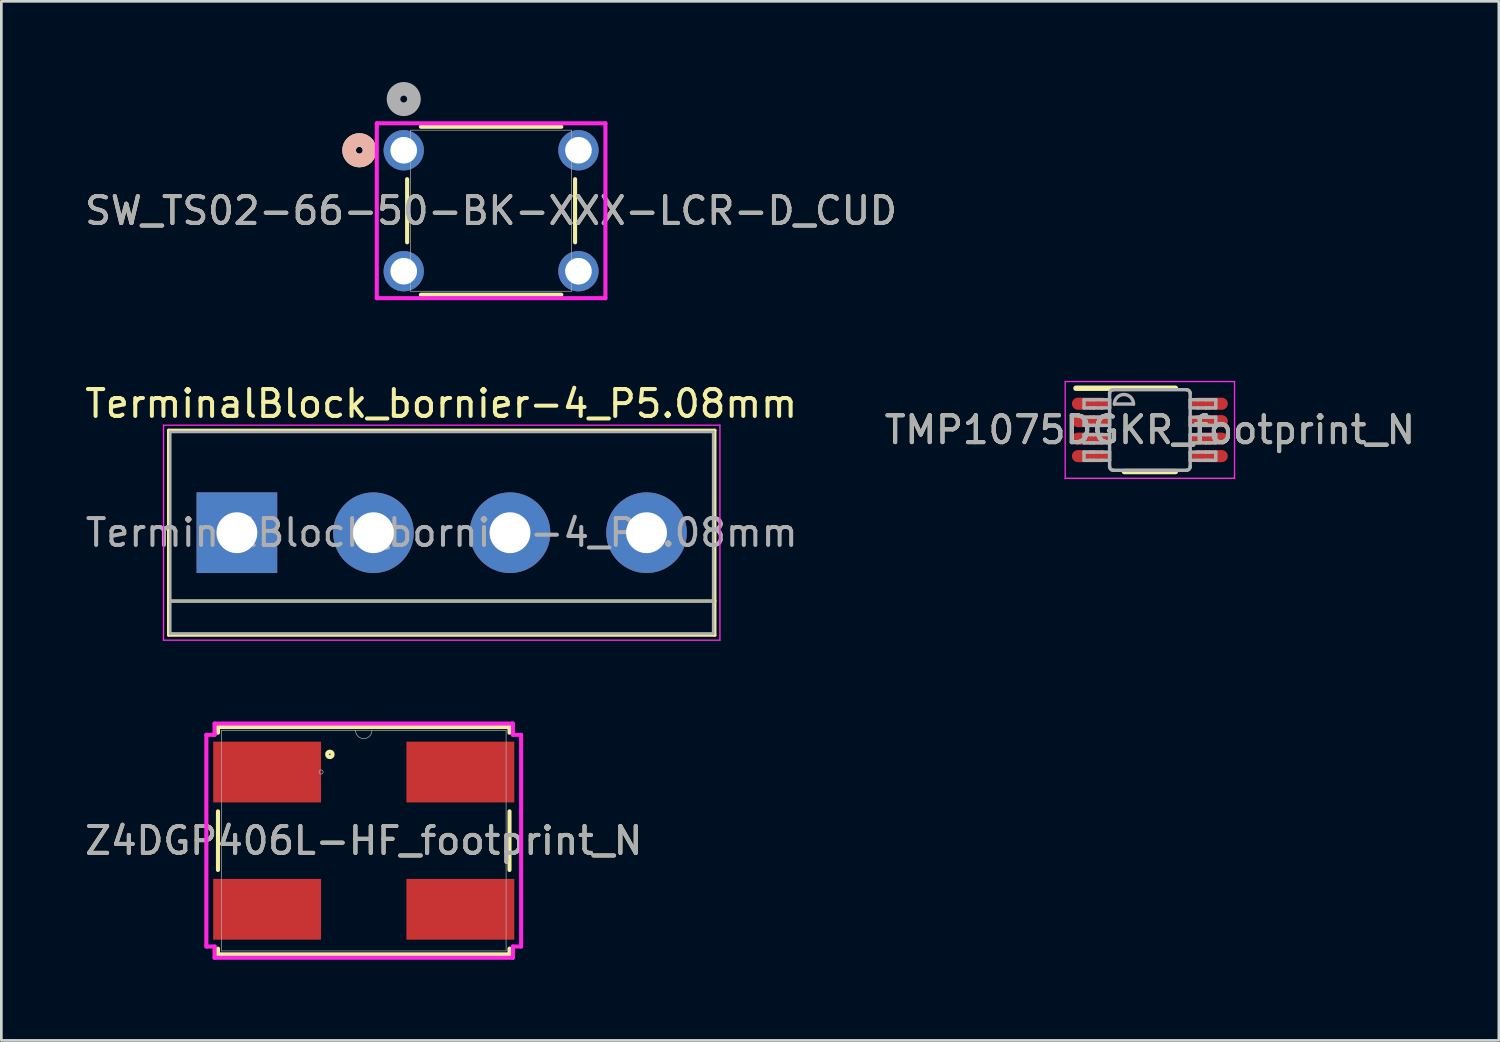
<source format=kicad_pcb>
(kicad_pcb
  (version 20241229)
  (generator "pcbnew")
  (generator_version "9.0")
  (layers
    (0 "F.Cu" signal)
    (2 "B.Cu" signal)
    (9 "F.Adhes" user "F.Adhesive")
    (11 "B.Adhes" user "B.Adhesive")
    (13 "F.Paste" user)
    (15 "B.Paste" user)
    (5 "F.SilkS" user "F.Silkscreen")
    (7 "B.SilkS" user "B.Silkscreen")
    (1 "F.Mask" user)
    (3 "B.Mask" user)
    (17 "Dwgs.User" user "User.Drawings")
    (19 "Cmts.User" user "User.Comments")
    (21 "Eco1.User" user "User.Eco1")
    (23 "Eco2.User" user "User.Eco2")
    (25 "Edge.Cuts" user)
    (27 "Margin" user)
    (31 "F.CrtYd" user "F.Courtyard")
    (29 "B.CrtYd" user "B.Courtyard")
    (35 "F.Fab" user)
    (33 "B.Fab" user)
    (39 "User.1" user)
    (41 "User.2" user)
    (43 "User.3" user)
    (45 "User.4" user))
  (footprint "Z4DGP406L-HF_footprint_N"
    (layer "F.Cu")
    (at 10.482 28.225)
    (property "Reference" "Z4DGP406L-HF_footprint_N" (at 0 0 0) (unlocked yes) (layer "F.SilkS") (effects (font (size 1 1) (thickness 0.15))))
    (attr smd)
    (fp_line (start -5.423 -4.229) (end -5.423 -4.016) (stroke (width 0.152) (type solid)) (layer "F.SilkS"))
    (fp_line (start -5.423 -1.09) (end -5.423 1.09) (stroke (width 0.152) (type solid)) (layer "F.SilkS"))
    (fp_line (start -5.423 4.016) (end -5.423 4.229) (stroke (width 0.152) (type solid)) (layer "F.SilkS"))
    (fp_line (start -5.423 4.229) (end 5.423 4.229) (stroke (width 0.152) (type solid)) (layer "F.SilkS"))
    (fp_line (start 5.423 -4.229) (end -5.423 -4.229) (stroke (width 0.152) (type solid)) (layer "F.SilkS"))
    (fp_line (start 5.423 -4.016) (end 5.423 -4.229) (stroke (width 0.152) (type solid)) (layer "F.SilkS"))
    (fp_line (start 5.423 1.09) (end 5.423 -1.09) (stroke (width 0.152) (type solid)) (layer "F.SilkS"))
    (fp_line (start 5.423 4.229) (end 5.423 4.016) (stroke (width 0.152) (type solid)) (layer "F.SilkS"))
    (fp_circle (center -1.26 -3.21) (end -1.158 -3.21) (stroke (width 0.152) (type solid)) (fill no) (layer "F.SilkS"))
    (fp_line (start -5.855 -3.937) (end -5.55 -3.937) (stroke (width 0.152) (type solid)) (layer "F.CrtYd"))
    (fp_line (start -5.855 3.937) (end -5.855 -3.937) (stroke (width 0.152) (type solid)) (layer "F.CrtYd"))
    (fp_line (start -5.855 3.937) (end -5.55 3.937) (stroke (width 0.152) (type solid)) (layer "F.CrtYd"))
    (fp_line (start -5.55 -4.356) (end 5.55 -4.356) (stroke (width 0.152) (type solid)) (layer "F.CrtYd"))
    (fp_line (start -5.55 -3.937) (end -5.55 -4.356) (stroke (width 0.152) (type solid)) (layer "F.CrtYd"))
    (fp_line (start -5.55 4.356) (end -5.55 3.937) (stroke (width 0.152) (type solid)) (layer "F.CrtYd"))
    (fp_line (start 5.55 -4.356) (end 5.55 -3.937) (stroke (width 0.152) (type solid)) (layer "F.CrtYd"))
    (fp_line (start 5.55 3.937) (end 5.55 4.356) (stroke (width 0.152) (type solid)) (layer "F.CrtYd"))
    (fp_line (start 5.55 4.356) (end -5.55 4.356) (stroke (width 0.152) (type solid)) (layer "F.CrtYd"))
    (fp_line (start 5.855 -3.937) (end 5.55 -3.937) (stroke (width 0.152) (type solid)) (layer "F.CrtYd"))
    (fp_line (start 5.855 -3.937) (end 5.855 3.937) (stroke (width 0.152) (type solid)) (layer "F.CrtYd"))
    (fp_line (start 5.855 3.937) (end 5.55 3.937) (stroke (width 0.152) (type solid)) (layer "F.CrtYd"))
    (fp_line (start -5.296 -4.102) (end -5.296 4.102) (stroke (width 0.025) (type solid)) (layer "F.Fab"))
    (fp_line (start -5.296 4.102) (end 5.296 4.102) (stroke (width 0.025) (type solid)) (layer "F.Fab"))
    (fp_line (start 5.296 -4.102) (end -5.296 -4.102) (stroke (width 0.025) (type solid)) (layer "F.Fab"))
    (fp_line (start 5.296 4.102) (end 5.296 -4.102) (stroke (width 0.025) (type solid)) (layer "F.Fab"))
    (fp_arc (start 0.3048 -4.1021) (mid 0 -3.7973) (end -0.3048 -4.1021) (stroke (width 0.0254) (type solid)) (layer "F.Fab"))
    (fp_circle (center -1.587 -2.553) (end -1.511 -2.553) (stroke (width 0.025) (type solid)) (fill no) (layer "F.Fab"))
    (fp_text user "${REFERENCE}" (at 0 0 0) (unlocked yes) (layer "F.Fab") (effects (font (size 1 1) (thickness 0.15))))
    (pad "1" smd rect (at -3.594 -2.553) (size 4.013 2.261) (layers "F.Cu" "F.Mask" "F.Paste"))
    (pad "2" smd rect (at 3.594 -2.553) (size 4.013 2.261) (layers "F.Cu" "F.Mask" "F.Paste"))
    (pad "3" smd rect (at 3.594 2.553) (size 4.013 2.261) (layers "F.Cu" "F.Mask" "F.Paste"))
    (pad "4" smd rect (at -3.594 2.553) (size 4.013 2.261) (layers "F.Cu" "F.Mask" "F.Paste")))
  (footprint "TerminalBlock_bornier-4_P5.08mm"
    (layer "F.Cu")
    (at 5.763 16.768)
    (property "Reference" "TerminalBlock_bornier-4_P5.08mm" (at 7.6 -4.8 0) (layer "F.SilkS") (effects (font (size 1 1) (thickness 0.15))))
    (attr through_hole)
    (fp_line (start -2.54 -3.81) (end -2.54 3.81) (stroke (width 0.12) (type solid)) (layer "F.SilkS"))
    (fp_line (start -2.54 -3.81) (end 17.78 -3.81) (stroke (width 0.12) (type solid)) (layer "F.SilkS"))
    (fp_line (start -2.54 3.81) (end 17.78 3.81) (stroke (width 0.12) (type solid)) (layer "F.SilkS"))
    (fp_line (start 17.78 2.54) (end -2.54 2.54) (stroke (width 0.12) (type solid)) (layer "F.SilkS"))
    (fp_line (start 17.78 3.81) (end 17.78 -3.81) (stroke (width 0.12) (type solid)) (layer "F.SilkS"))
    (fp_line (start -2.73 -4) (end -2.73 4) (stroke (width 0.05) (type solid)) (layer "F.CrtYd"))
    (fp_line (start -2.73 -4) (end 17.97 -4) (stroke (width 0.05) (type solid)) (layer "F.CrtYd"))
    (fp_line (start 17.97 4) (end -2.73 4) (stroke (width 0.05) (type solid)) (layer "F.CrtYd"))
    (fp_line (start 17.97 4) (end 17.97 -4) (stroke (width 0.05) (type solid)) (layer "F.CrtYd"))
    (fp_line (start -2.48 -3.75) (end 17.72 -3.75) (stroke (width 0.1) (type solid)) (layer "F.Fab"))
    (fp_line (start -2.48 2.55) (end 17.72 2.55) (stroke (width 0.1) (type solid)) (layer "F.Fab"))
    (fp_line (start -2.48 3.75) (end -2.48 -3.75) (stroke (width 0.1) (type solid)) (layer "F.Fab"))
    (fp_line (start -2.43 3.75) (end -2.48 3.75) (stroke (width 0.1) (type solid)) (layer "F.Fab"))
    (fp_line (start 17.72 -3.75) (end 17.72 3.75) (stroke (width 0.1) (type solid)) (layer "F.Fab"))
    (fp_line (start 17.72 3.75) (end -2.43 3.75) (stroke (width 0.1) (type solid)) (layer "F.Fab"))
    (fp_text user "${REFERENCE}" (at 7.62 0 0) (layer "F.Fab") (effects (font (size 1 1) (thickness 0.15))))
    (pad "1" thru_hole rect (at 0 0) (size 3 3) (drill 1.52) (layers "*.Cu" "*.Mask"))
    (pad "2" thru_hole circle (at 5.08 0) (size 3 3) (drill 1.52) (layers "*.Cu" "*.Mask"))
    (pad "3" thru_hole circle (at 10.16 0) (size 3 3) (drill 1.52) (layers "*.Cu" "*.Mask"))
    (pad "4" thru_hole circle (at 15.24 0) (size 3 3) (drill 1.52) (layers "*.Cu" "*.Mask")))
  (footprint "TMP1075DGKR_footprint_N"
    (layer "F.Cu")
    (at 39.728 12.944)
    (property "Reference" "TMP1075DGKR_footprint_N" (at 0 0 0) (unlocked yes) (layer "F.SilkS") (effects (font (size 1 1) (thickness 0.15))))
    (attr smd)
    (fp_line (start -2.75 -1.55) (end 0.95 -1.55) (stroke (width 0.2) (type solid)) (layer "F.SilkS"))
    (fp_line (start -0.95 1.55) (end 0.95 1.55) (stroke (width 0.2) (type solid)) (layer "F.SilkS"))
    (fp_line (start -3.15 -1.8) (end 3.15 -1.8) (stroke (width 0.05) (type solid)) (layer "F.CrtYd"))
    (fp_line (start -3.15 1.8) (end -3.15 -1.8) (stroke (width 0.05) (type solid)) (layer "F.CrtYd"))
    (fp_line (start -3.15 1.8) (end 3.15 1.8) (stroke (width 0.05) (type solid)) (layer "F.CrtYd"))
    (fp_line (start 3.15 1.8) (end 3.15 -1.8) (stroke (width 0.05) (type solid)) (layer "F.CrtYd"))
    (fp_line (start -2.45 -1.125) (end -2.21 -1.125) (stroke (width 0.127) (type solid)) (layer "F.Fab"))
    (fp_line (start -2.45 -0.82) (end -2.45 -1.125) (stroke (width 0.127) (type solid)) (layer "F.Fab"))
    (fp_line (start -2.45 -0.82) (end -2.21 -0.82) (stroke (width 0.127) (type solid)) (layer "F.Fab"))
    (fp_line (start -2.45 -0.475) (end -2.21 -0.475) (stroke (width 0.127) (type solid)) (layer "F.Fab"))
    (fp_line (start -2.45 -0.17) (end -2.45 -0.475) (stroke (width 0.127) (type solid)) (layer "F.Fab"))
    (fp_line (start -2.45 -0.17) (end -2.21 -0.17) (stroke (width 0.127) (type solid)) (layer "F.Fab"))
    (fp_line (start -2.45 0.175) (end -2.21 0.175) (stroke (width 0.127) (type solid)) (layer "F.Fab"))
    (fp_line (start -2.45 0.48) (end -2.45 0.175) (stroke (width 0.127) (type solid)) (layer "F.Fab"))
    (fp_line (start -2.45 0.48) (end -2.21 0.48) (stroke (width 0.127) (type solid)) (layer "F.Fab"))
    (fp_line (start -2.45 0.826) (end -2.21 0.826) (stroke (width 0.127) (type solid)) (layer "F.Fab"))
    (fp_line (start -2.45 1.131) (end -2.45 0.826) (stroke (width 0.127) (type solid)) (layer "F.Fab"))
    (fp_line (start -2.45 1.131) (end -2.21 1.131) (stroke (width 0.127) (type solid)) (layer "F.Fab"))
    (fp_line (start -2.21 -1.125) (end -2.091 -1.125) (stroke (width 0.127) (type solid)) (layer "F.Fab"))
    (fp_line (start -2.21 -0.82) (end -2.091 -0.82) (stroke (width 0.127) (type solid)) (layer "F.Fab"))
    (fp_line (start -2.21 -0.475) (end -2.091 -0.475) (stroke (width 0.127) (type solid)) (layer "F.Fab"))
    (fp_line (start -2.21 -0.17) (end -2.091 -0.17) (stroke (width 0.127) (type solid)) (layer "F.Fab"))
    (fp_line (start -2.21 0.175) (end -2.091 0.175) (stroke (width 0.127) (type solid)) (layer "F.Fab"))
    (fp_line (start -2.21 0.48) (end -2.091 0.48) (stroke (width 0.127) (type solid)) (layer "F.Fab"))
    (fp_line (start -2.21 0.826) (end -2.091 0.826) (stroke (width 0.127) (type solid)) (layer "F.Fab"))
    (fp_line (start -2.21 1.131) (end -2.091 1.131) (stroke (width 0.127) (type solid)) (layer "F.Fab"))
    (fp_line (start -2.091 -1.125) (end -2.087 -1.125) (stroke (width 0.127) (type solid)) (layer "F.Fab"))
    (fp_line (start -2.091 -0.82) (end -2.087 -0.82) (stroke (width 0.127) (type solid)) (layer "F.Fab"))
    (fp_line (start -2.091 -0.475) (end -2.087 -0.475) (stroke (width 0.127) (type solid)) (layer "F.Fab"))
    (fp_line (start -2.091 -0.17) (end -2.087 -0.17) (stroke (width 0.127) (type solid)) (layer "F.Fab"))
    (fp_line (start -2.091 0.175) (end -2.087 0.175) (stroke (width 0.127) (type solid)) (layer "F.Fab"))
    (fp_line (start -2.091 0.48) (end -2.087 0.48) (stroke (width 0.127) (type solid)) (layer "F.Fab"))
    (fp_line (start -2.091 0.826) (end -2.087 0.826) (stroke (width 0.127) (type solid)) (layer "F.Fab"))
    (fp_line (start -2.091 1.131) (end -2.087 1.131) (stroke (width 0.127) (type solid)) (layer "F.Fab"))
    (fp_line (start -2.087 -1.125) (end -1.784 -1.125) (stroke (width 0.127) (type solid)) (layer "F.Fab"))
    (fp_line (start -2.087 -0.82) (end -1.784 -0.82) (stroke (width 0.127) (type solid)) (layer "F.Fab"))
    (fp_line (start -2.087 -0.475) (end -1.784 -0.475) (stroke (width 0.127) (type solid)) (layer "F.Fab"))
    (fp_line (start -2.087 -0.17) (end -1.784 -0.17) (stroke (width 0.127) (type solid)) (layer "F.Fab"))
    (fp_line (start -2.087 0.175) (end -1.784 0.175) (stroke (width 0.127) (type solid)) (layer "F.Fab"))
    (fp_line (start -2.087 0.48) (end -1.784 0.48) (stroke (width 0.127) (type solid)) (layer "F.Fab"))
    (fp_line (start -2.087 0.826) (end -1.784 0.826) (stroke (width 0.127) (type solid)) (layer "F.Fab"))
    (fp_line (start -2.087 1.131) (end -1.784 1.131) (stroke (width 0.127) (type solid)) (layer "F.Fab"))
    (fp_line (start -1.784 -1.125) (end -1.498 -1.125) (stroke (width 0.127) (type solid)) (layer "F.Fab"))
    (fp_line (start -1.784 -0.82) (end -1.498 -0.82) (stroke (width 0.127) (type solid)) (layer "F.Fab"))
    (fp_line (start -1.784 -0.475) (end -1.498 -0.475) (stroke (width 0.127) (type solid)) (layer "F.Fab"))
    (fp_line (start -1.784 -0.17) (end -1.498 -0.17) (stroke (width 0.127) (type solid)) (layer "F.Fab"))
    (fp_line (start -1.784 0.175) (end -1.498 0.175) (stroke (width 0.127) (type solid)) (layer "F.Fab"))
    (fp_line (start -1.784 0.48) (end -1.498 0.48) (stroke (width 0.127) (type solid)) (layer "F.Fab"))
    (fp_line (start -1.784 0.826) (end -1.498 0.826) (stroke (width 0.127) (type solid)) (layer "F.Fab"))
    (fp_line (start -1.784 1.131) (end -1.498 1.131) (stroke (width 0.127) (type solid)) (layer "F.Fab"))
    (fp_line (start -1.498 -1.369) (end -1.497 -1.372) (stroke (width 0.127) (type solid)) (layer "F.Fab"))
    (fp_line (start -1.498 -0.82) (end -1.498 -1.125) (stroke (width 0.127) (type solid)) (layer "F.Fab"))
    (fp_line (start -1.498 -0.17) (end -1.498 -0.475) (stroke (width 0.127) (type solid)) (layer "F.Fab"))
    (fp_line (start -1.498 0.48) (end -1.498 0.175) (stroke (width 0.127) (type solid)) (layer "F.Fab"))
    (fp_line (start -1.498 1.131) (end -1.498 0.826) (stroke (width 0.127) (type solid)) (layer "F.Fab"))
    (fp_line (start -1.498 1.374) (end -1.498 -1.369) (stroke (width 0.127) (type solid)) (layer "F.Fab"))
    (fp_line (start -1.498 1.374) (end -1.497 1.377) (stroke (width 0.127) (type solid)) (layer "F.Fab"))
    (fp_line (start -1.373 -1.496) (end -1.371 -1.496) (stroke (width 0.127) (type solid)) (layer "F.Fab"))
    (fp_line (start -1.373 1.501) (end -1.371 1.501) (stroke (width 0.127) (type solid)) (layer "F.Fab"))
    (fp_line (start -1.371 -1.496) (end 1.373 -1.496) (stroke (width 0.127) (type solid)) (layer "F.Fab"))
    (fp_line (start -1.371 1.501) (end 1.373 1.501) (stroke (width 0.127) (type solid)) (layer "F.Fab"))
    (fp_line (start -1.32 -0.962) (end -0.609 -0.962) (stroke (width 0.127) (type solid)) (layer "F.Fab"))
    (fp_line (start 1.373 -1.496) (end 1.375 -1.496) (stroke (width 0.127) (type solid)) (layer "F.Fab"))
    (fp_line (start 1.373 1.501) (end 1.375 1.501) (stroke (width 0.127) (type solid)) (layer "F.Fab"))
    (fp_line (start 1.5 -1.372) (end 1.5 -1.369) (stroke (width 0.127) (type solid)) (layer "F.Fab"))
    (fp_line (start 1.5 1.377) (end 1.5 1.374) (stroke (width 0.127) (type solid)) (layer "F.Fab"))
    (fp_line (start 1.5 -1.125) (end 1.786 -1.125) (stroke (width 0.127) (type solid)) (layer "F.Fab"))
    (fp_line (start 1.5 -0.82) (end 1.5 -1.125) (stroke (width 0.127) (type solid)) (layer "F.Fab"))
    (fp_line (start 1.5 -0.82) (end 1.786 -0.82) (stroke (width 0.127) (type solid)) (layer "F.Fab"))
    (fp_line (start 1.5 -0.475) (end 1.786 -0.475) (stroke (width 0.127) (type solid)) (layer "F.Fab"))
    (fp_line (start 1.5 -0.17) (end 1.5 -0.475) (stroke (width 0.127) (type solid)) (layer "F.Fab"))
    (fp_line (start 1.5 -0.17) (end 1.786 -0.17) (stroke (width 0.127) (type solid)) (layer "F.Fab"))
    (fp_line (start 1.5 0.175) (end 1.786 0.175) (stroke (width 0.127) (type solid)) (layer "F.Fab"))
    (fp_line (start 1.5 0.48) (end 1.5 0.175) (stroke (width 0.127) (type solid)) (layer "F.Fab"))
    (fp_line (start 1.5 0.48) (end 1.786 0.48) (stroke (width 0.127) (type solid)) (layer "F.Fab"))
    (fp_line (start 1.5 0.826) (end 1.786 0.826) (stroke (width 0.127) (type solid)) (layer "F.Fab"))
    (fp_line (start 1.5 1.131) (end 1.5 0.826) (stroke (width 0.127) (type solid)) (layer "F.Fab"))
    (fp_line (start 1.5 1.131) (end 1.786 1.131) (stroke (width 0.127) (type solid)) (layer "F.Fab"))
    (fp_line (start 1.5 1.374) (end 1.5 -1.369) (stroke (width 0.127) (type solid)) (layer "F.Fab"))
    (fp_line (start 1.786 -1.125) (end 2.089 -1.125) (stroke (width 0.127) (type solid)) (layer "F.Fab"))
    (fp_line (start 1.786 -0.82) (end 2.089 -0.82) (stroke (width 0.127) (type solid)) (layer "F.Fab"))
    (fp_line (start 1.786 -0.475) (end 2.089 -0.475) (stroke (width 0.127) (type solid)) (layer "F.Fab"))
    (fp_line (start 1.786 -0.17) (end 2.089 -0.17) (stroke (width 0.127) (type solid)) (layer "F.Fab"))
    (fp_line (start 1.786 0.175) (end 2.089 0.175) (stroke (width 0.127) (type solid)) (layer "F.Fab"))
    (fp_line (start 1.786 0.48) (end 2.089 0.48) (stroke (width 0.127) (type solid)) (layer "F.Fab"))
    (fp_line (start 1.786 0.826) (end 2.089 0.826) (stroke (width 0.127) (type solid)) (layer "F.Fab"))
    (fp_line (start 1.786 1.131) (end 2.089 1.131) (stroke (width 0.127) (type solid)) (layer "F.Fab"))
    (fp_line (start 2.089 -1.125) (end 2.093 -1.125) (stroke (width 0.127) (type solid)) (layer "F.Fab"))
    (fp_line (start 2.089 -0.82) (end 2.093 -0.82) (stroke (width 0.127) (type solid)) (layer "F.Fab"))
    (fp_line (start 2.089 -0.475) (end 2.093 -0.475) (stroke (width 0.127) (type solid)) (layer "F.Fab"))
    (fp_line (start 2.089 -0.17) (end 2.093 -0.17) (stroke (width 0.127) (type solid)) (layer "F.Fab"))
    (fp_line (start 2.089 0.175) (end 2.093 0.175) (stroke (width 0.127) (type solid)) (layer "F.Fab"))
    (fp_line (start 2.089 0.48) (end 2.093 0.48) (stroke (width 0.127) (type solid)) (layer "F.Fab"))
    (fp_line (start 2.089 0.826) (end 2.093 0.826) (stroke (width 0.127) (type solid)) (layer "F.Fab"))
    (fp_line (start 2.089 1.131) (end 2.093 1.131) (stroke (width 0.127) (type solid)) (layer "F.Fab"))
    (fp_line (start 2.093 -1.125) (end 2.213 -1.125) (stroke (width 0.127) (type solid)) (layer "F.Fab"))
    (fp_line (start 2.093 -0.82) (end 2.213 -0.82) (stroke (width 0.127) (type solid)) (layer "F.Fab"))
    (fp_line (start 2.093 -0.475) (end 2.213 -0.475) (stroke (width 0.127) (type solid)) (layer "F.Fab"))
    (fp_line (start 2.093 -0.17) (end 2.213 -0.17) (stroke (width 0.127) (type solid)) (layer "F.Fab"))
    (fp_line (start 2.093 0.175) (end 2.213 0.175) (stroke (width 0.127) (type solid)) (layer "F.Fab"))
    (fp_line (start 2.093 0.48) (end 2.213 0.48) (stroke (width 0.127) (type solid)) (layer "F.Fab"))
    (fp_line (start 2.093 0.826) (end 2.213 0.826) (stroke (width 0.127) (type solid)) (layer "F.Fab"))
    (fp_line (start 2.093 1.131) (end 2.213 1.131) (stroke (width 0.127) (type solid)) (layer "F.Fab"))
    (fp_line (start 2.213 -1.125) (end 2.452 -1.125) (stroke (width 0.127) (type solid)) (layer "F.Fab"))
    (fp_line (start 2.213 -0.82) (end 2.452 -0.82) (stroke (width 0.127) (type solid)) (layer "F.Fab"))
    (fp_line (start 2.213 -0.475) (end 2.452 -0.475) (stroke (width 0.127) (type solid)) (layer "F.Fab"))
    (fp_line (start 2.213 -0.17) (end 2.452 -0.17) (stroke (width 0.127) (type solid)) (layer "F.Fab"))
    (fp_line (start 2.213 0.175) (end 2.452 0.175) (stroke (width 0.127) (type solid)) (layer "F.Fab"))
    (fp_line (start 2.213 0.48) (end 2.452 0.48) (stroke (width 0.127) (type solid)) (layer "F.Fab"))
    (fp_line (start 2.213 0.826) (end 2.452 0.826) (stroke (width 0.127) (type solid)) (layer "F.Fab"))
    (fp_line (start 2.213 1.131) (end 2.452 1.131) (stroke (width 0.127) (type solid)) (layer "F.Fab"))
    (fp_line (start 2.452 -0.82) (end 2.452 -1.125) (stroke (width 0.127) (type solid)) (layer "F.Fab"))
    (fp_line (start 2.452 -0.17) (end 2.452 -0.475) (stroke (width 0.127) (type solid)) (layer "F.Fab"))
    (fp_line (start 2.452 0.48) (end 2.452 0.175) (stroke (width 0.127) (type solid)) (layer "F.Fab"))
    (fp_line (start 2.452 1.131) (end 2.452 0.826) (stroke (width 0.127) (type solid)) (layer "F.Fab"))
    (fp_arc (start -1.497476 -1.371582) (mid -1.460306 -1.458644) (end -1.373243 -1.495814) (stroke (width 0.127) (type solid)) (layer "F.Fab"))
    (fp_arc (start -1.373243 1.501336) (mid -1.460306 1.464166) (end -1.497476 1.377104) (stroke (width 0.127) (type solid)) (layer "F.Fab"))
    (fp_arc (start -1.3197 -0.962439) (mid -0.9641 -1.318039) (end -0.6085 -0.962439) (stroke (width 0.127) (type solid)) (layer "F.Fab"))
    (fp_arc (start 1.375443 -1.495814) (mid 1.462498 -1.458634) (end 1.499675 -1.371582) (stroke (width 0.127) (type solid)) (layer "F.Fab"))
    (fp_arc (start 1.499675 1.377104) (mid 1.462505 1.464166) (end 1.375443 1.501336) (stroke (width 0.127) (type solid)) (layer "F.Fab"))
    (fp_text user "${REFERENCE}" (at 0 0 0) (unlocked yes) (layer "F.Fab") (effects (font (size 1 1) (thickness 0.15))))
    (pad "1" smd oval (at -2.225 -0.975 90) (size 0.45 1.35) (layers "F.Cu" "F.Mask" "F.Paste"))
    (pad "2" smd oval (at -2.225 -0.325 90) (size 0.45 1.35) (layers "F.Cu" "F.Mask" "F.Paste"))
    (pad "3" smd oval (at -2.225 0.325 90) (size 0.45 1.35) (layers "F.Cu" "F.Mask" "F.Paste"))
    (pad "4" smd oval (at -2.225 0.975 90) (size 0.45 1.35) (layers "F.Cu" "F.Mask" "F.Paste"))
    (pad "5" smd oval (at 2.225 0.975 90) (size 0.45 1.35) (layers "F.Cu" "F.Mask" "F.Paste"))
    (pad "6" smd oval (at 2.225 0.325 90) (size 0.45 1.35) (layers "F.Cu" "F.Mask" "F.Paste"))
    (pad "7" smd oval (at 2.225 -0.325 90) (size 0.45 1.35) (layers "F.Cu" "F.Mask" "F.Paste"))
    (pad "8" smd oval (at 2.225 -0.975 90) (size 0.45 1.35) (layers "F.Cu" "F.Mask" "F.Paste")))
  (footprint "SW_TS02-66-50-BK-XXX-LCR-D_CUD"
    (layer "F.Cu")
    (at 11.97 2.54)
    (property "Reference" "SW_TS02-66-50-BK-XXX-LCR-D_CUD" (at 3.25 2.25 0) (unlocked yes) (layer "F.SilkS") (effects (font (size 1 1) (thickness 0.15))))
    (attr through_hole)
    (fp_line (start 0.126 1.075) (end 0.126 3.425) (stroke (width 0.152) (type solid)) (layer "F.SilkS"))
    (fp_line (start 0.638 5.374) (end 5.862 5.374) (stroke (width 0.152) (type solid)) (layer "F.SilkS"))
    (fp_line (start 5.862 -0.874) (end 0.638 -0.874) (stroke (width 0.152) (type solid)) (layer "F.SilkS"))
    (fp_line (start 6.374 3.425) (end 6.374 1.075) (stroke (width 0.152) (type solid)) (layer "F.SilkS"))
    (fp_circle (center -1.652 0) (end -1.271 0) (stroke (width 0.508) (type solid)) (fill no) (layer "F.SilkS"))
    (fp_circle (center -1.652 0) (end -1.271 0) (stroke (width 0.508) (type solid)) (fill no) (layer "B.SilkS"))
    (fp_line (start -1.003 -1.003) (end -1.003 5.503) (stroke (width 0.152) (type solid)) (layer "F.CrtYd"))
    (fp_line (start -1.003 5.503) (end 7.503 5.503) (stroke (width 0.152) (type solid)) (layer "F.CrtYd"))
    (fp_line (start 7.503 -1.003) (end -1.003 -1.003) (stroke (width 0.152) (type solid)) (layer "F.CrtYd"))
    (fp_line (start 7.503 5.503) (end 7.503 -1.003) (stroke (width 0.152) (type solid)) (layer "F.CrtYd"))
    (fp_line (start 0.253 -0.747) (end 0.253 5.247) (stroke (width 0.025) (type solid)) (layer "F.Fab"))
    (fp_line (start 0.253 5.247) (end 6.247 5.247) (stroke (width 0.025) (type solid)) (layer "F.Fab"))
    (fp_line (start 6.247 -0.747) (end 0.253 -0.747) (stroke (width 0.025) (type solid)) (layer "F.Fab"))
    (fp_line (start 6.247 5.247) (end 6.247 -0.747) (stroke (width 0.025) (type solid)) (layer "F.Fab"))
    (fp_circle (center 0 -1.905) (end 0.381 -1.905) (stroke (width 0.508) (type solid)) (fill no) (layer "F.Fab"))
    (fp_text user "${REFERENCE}" (at 3.25 2.25 0) (unlocked yes) (layer "F.Fab") (effects (font (size 1 1) (thickness 0.15))))
    (pad "1" thru_hole circle (at 0 0) (size 1.499 1.499) (drill 0.991) (layers "*.Cu" "*.Mask"))
    (pad "1" thru_hole circle (at 6.5 0) (size 1.499 1.499) (drill 0.991) (layers "*.Cu" "*.Mask"))
    (pad "2" thru_hole circle (at 0 4.5) (size 1.499 1.499) (drill 0.991) (layers "*.Cu" "*.Mask"))
    (pad "2" thru_hole circle (at 6.5 4.5) (size 1.499 1.499) (drill 0.991) (layers "*.Cu" "*.Mask")))
  (gr_rect
    (start -3 -3)
    (end 52.71 35.657)
    (stroke (width 0.1) (type default))
    (fill no)
    (layer "Edge.Cuts")))
</source>
